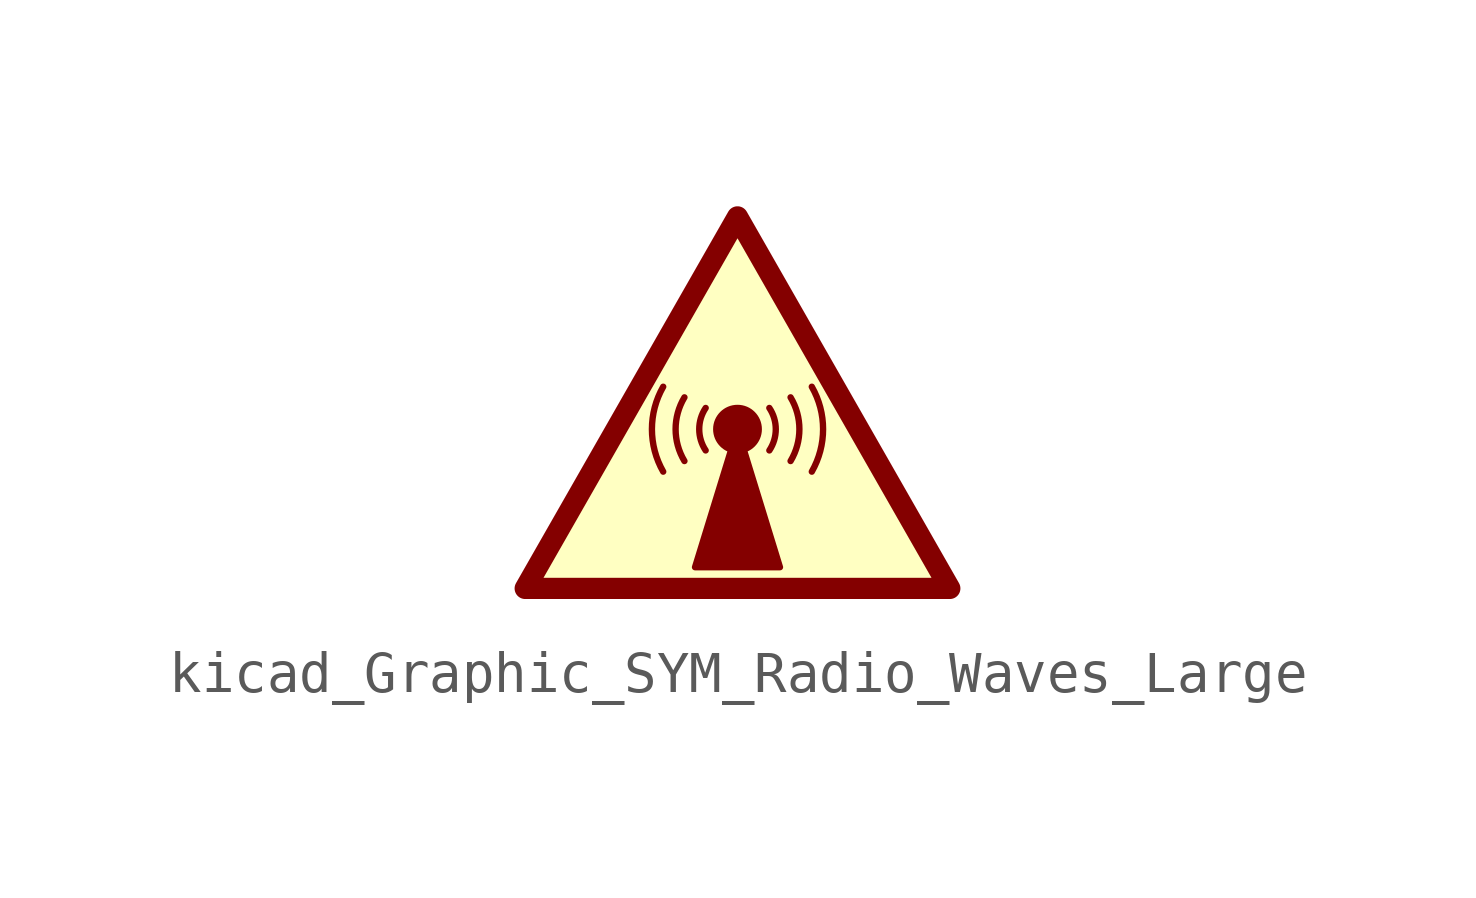
<source format=kicad_sym>
(kicad_symbol_lib
  (version 20220914)
  (generator kicad_symbol_editor)
  (symbol "kicad_Graphic_SYM_Radio_Waves_Large"
    (property "Reference" "#SYM"
      (at 0 5.08 0)
      (effects (font (size 1.27 1.27)) hide))
    (symbol "kicad_Graphic_SYM_Radio_Waves_Large_0_1"
      (arc (start -1.778 -0.254) (mid -2.0478 -1.27) (end -1.778 -2.286) (stroke (width 0) (type default)) (fill (type none)))
      (arc (start -1.27 -0.508) (mid -1.4811 -1.27) (end -1.27 -2.032) (stroke (width 0) (type default)) (fill (type none)))
      (arc (start -0.762 -0.762) (mid -0.9158 -1.27) (end -0.762 -1.778) (stroke (width 0) (type default)) (fill (type none)))
      (circle (center 0 -1.27) (radius 0.508) (stroke (width 0) (type default)) (fill (type outline)))
      (polyline (pts (xy -5.08 -5.08) (xy 5.08 -5.08) (xy 0 3.81) (xy -5.08 -5.08)) (stroke (width 0.508) (type default)) (fill (type background)))
      (polyline (pts (xy -1.016 -4.572) (xy 1.016 -4.572) (xy 0 -1.27) (xy -1.016 -4.572)) (stroke (width 0) (type default)) (fill (type outline)))
      (arc (start 0.762 -1.778) (mid 0.9158 -1.27) (end 0.762 -0.762) (stroke (width 0) (type default)) (fill (type none)))
      (arc (start 1.27 -2.032) (mid 1.4811 -1.27) (end 1.27 -0.508) (stroke (width 0) (type default)) (fill (type none)))
      (arc (start 1.778 -2.286) (mid 2.0478 -1.27) (end 1.778 -0.254) (stroke (width 0) (type default)) (fill (type none))))))
</source>
